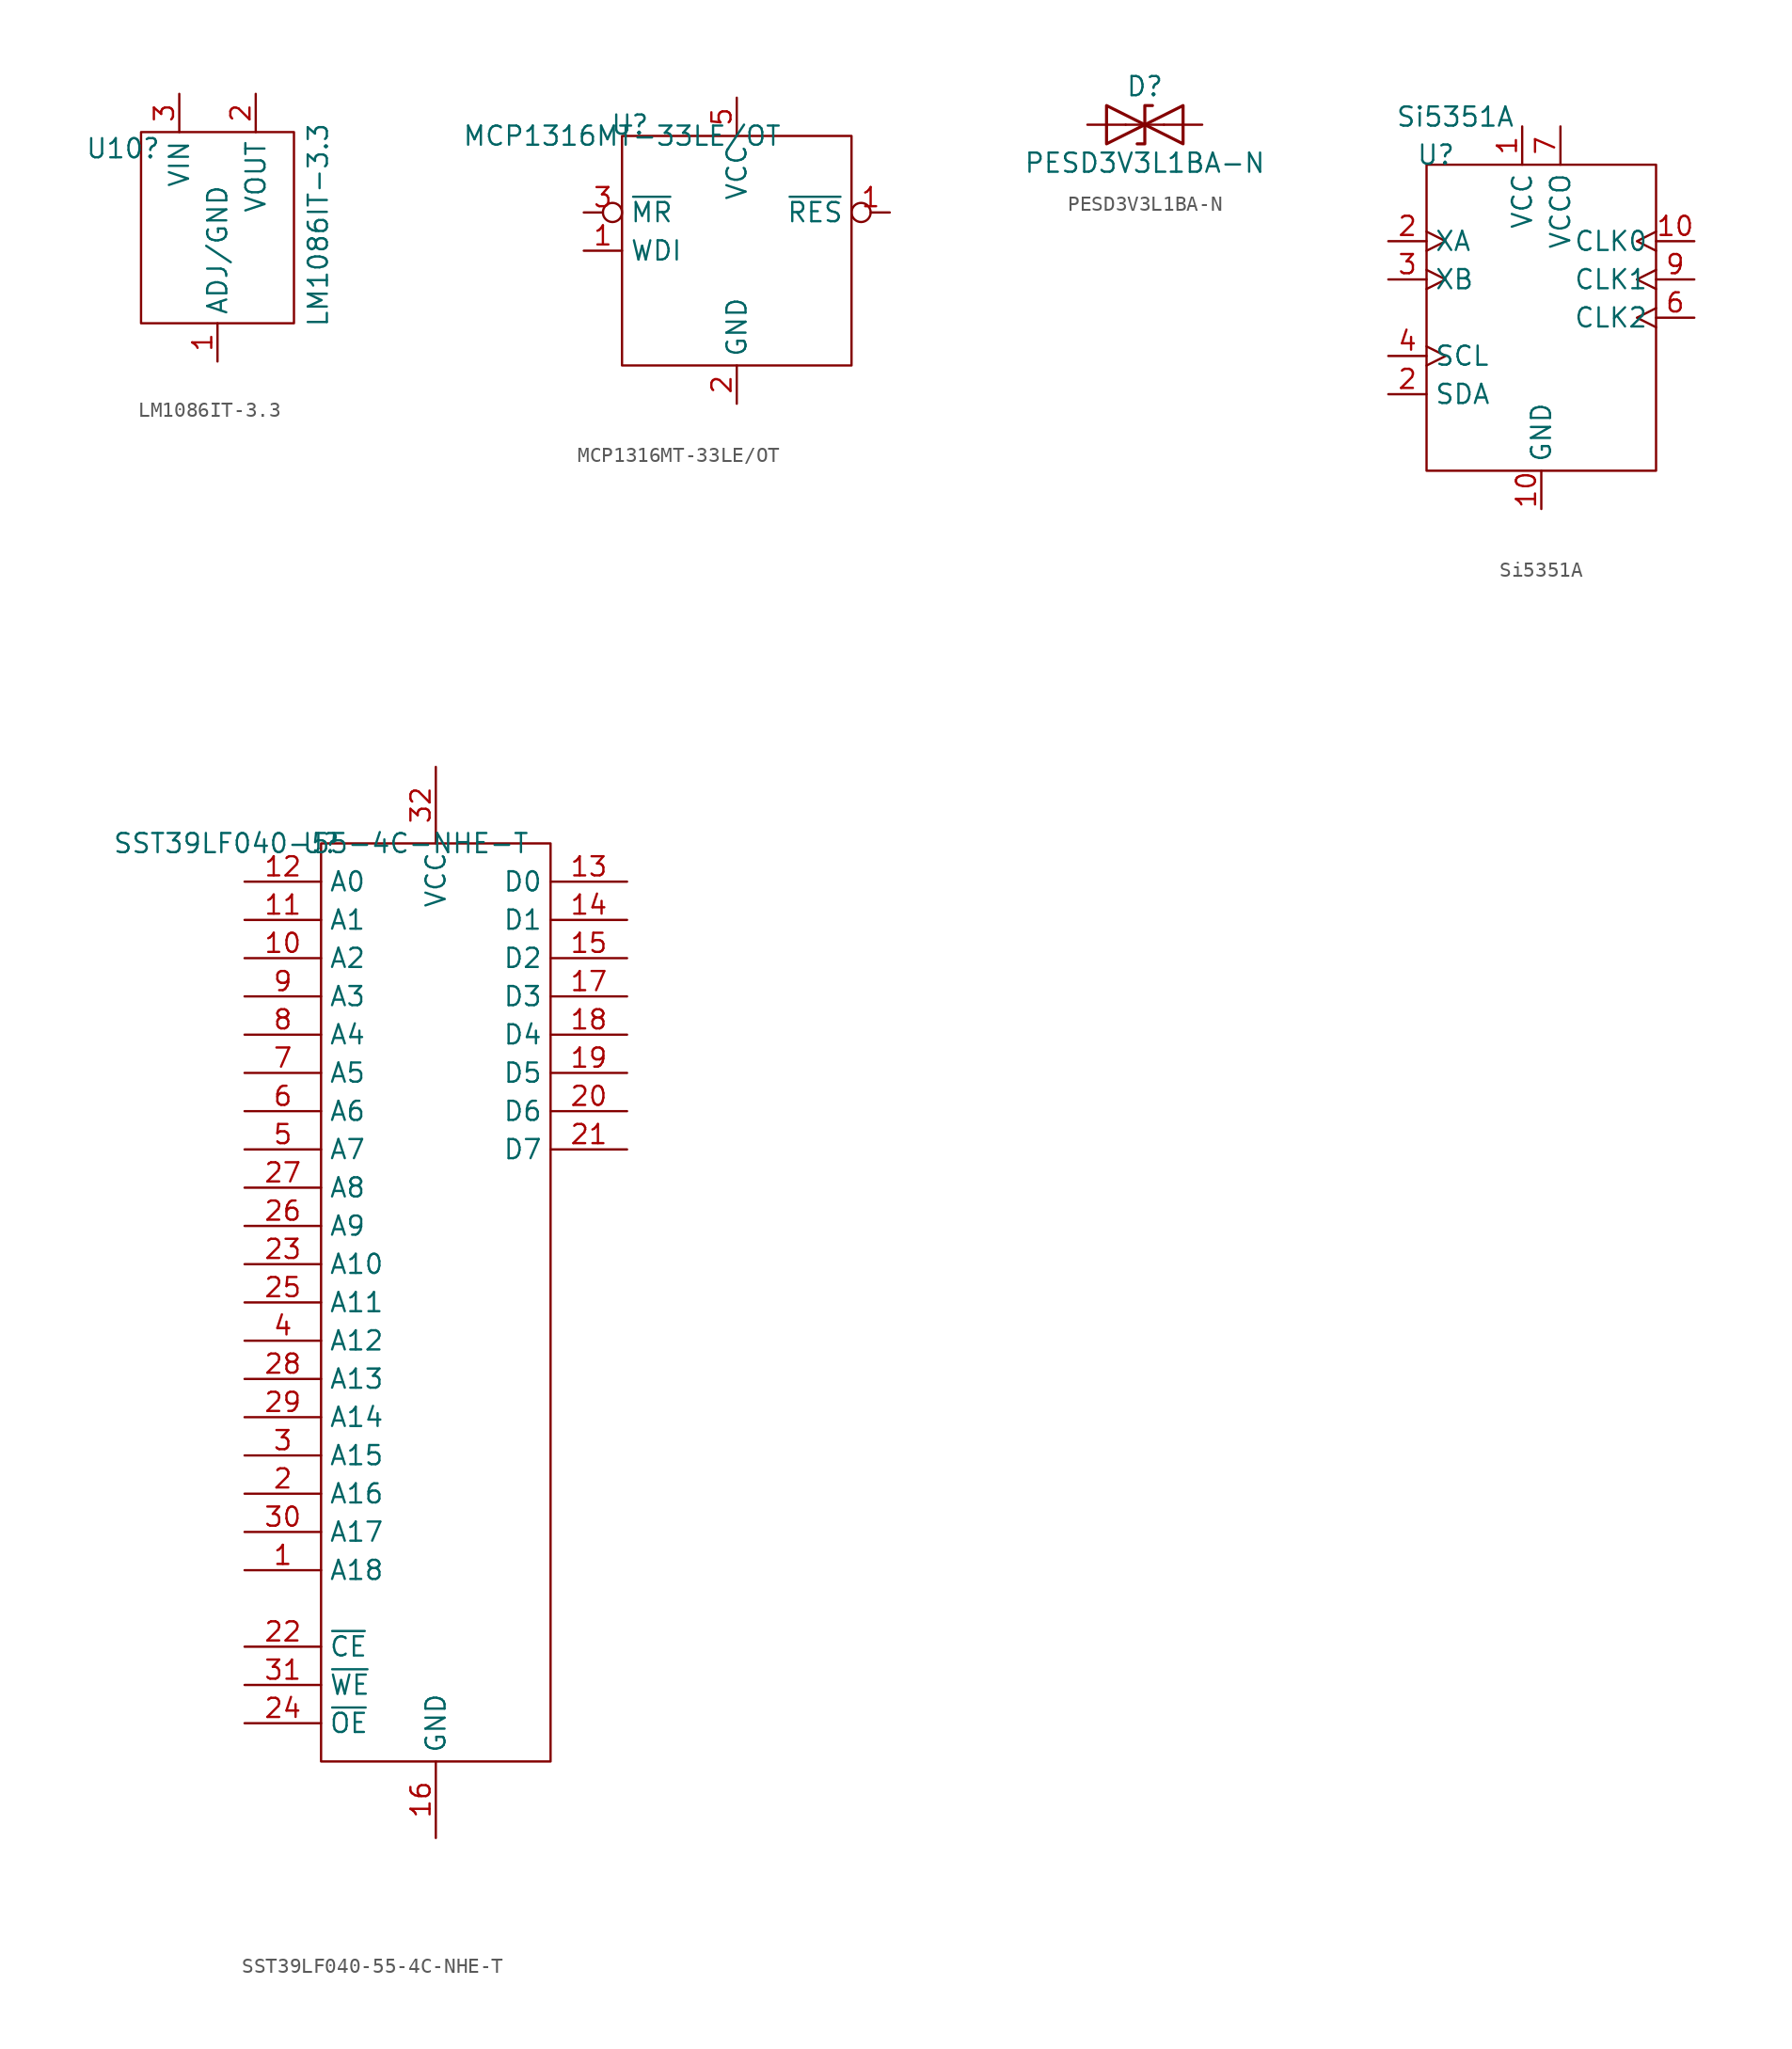
<source format=kicad_sym>
(kicad_symbol_lib
  (version 20220914)
  (generator kicad_symbol_editor)
  (symbol "LM1086IT-3.3"
    (property "Reference" "U10"
      (at -3.716 -1.093 0)
      (effects (font (size 1.27 1.27)) (justify left)))
    (property "Value" "LM1086IT-3.3"
      (at 11.764 -13.017 90)
      (effects (font (size 1.27 1.27)) (justify left)))
    (symbol "LM1086IT-3.3_0_1"
      (rectangle (start 0 0) (end 10.16 -12.7) (stroke (width 0) (type default)) (fill (type none))))
    (symbol "LM1086IT-3.3_1_1"
      (pin power_out line (at 5.08 -15.24 90) (length 2.54) (name "ADJ/GND" (effects (font (size 1.27 1.27)))) (number "1" (effects (font (size 1.27 1.27)))))
      (pin power_out line (at 7.62 2.54 270) (length 2.54) (name "VOUT" (effects (font (size 1.27 1.27)))) (number "2" (effects (font (size 1.27 1.27)))))
      (pin power_in line (at 2.54 2.54 270) (length 2.54) (name "VIN" (effects (font (size 1.27 1.27)))) (number "3" (effects (font (size 1.27 1.27)))))))
  (symbol "MCP1316MT-33LE/OT"
    (property "Reference" "U"
      (at 0.523 0.737 0)
      (effects (font (size 1.27 1.27))))
    (property "Value" "MCP1316MT-33LE/OT"
      (at 0 0 0)
      (effects (font (size 1.27 1.27))))
    (symbol "MCP1316MT-33LE/OT_0_1"
      (rectangle (start 0 0) (end 15.24 -15.24) (stroke (width 0) (type default)) (fill (type none))))
    (symbol "MCP1316MT-33LE/OT_1_1"
      (pin input line (at -2.54 -7.62 0) (length 2.54) (name "WDI" (effects (font (size 1.27 1.27)))) (number "1" (effects (font (size 1.27 1.27)))))
      (pin output inverted (at 17.78 -5.08 180) (length 2.54) (name "~{RES}" (effects (font (size 1.27 1.27)))) (number "1" (effects (font (size 1.27 1.27)))))
      (pin power_in line (at 7.62 -17.78 90) (length 2.54) (name "GND" (effects (font (size 1.27 1.27)))) (number "2" (effects (font (size 1.27 1.27)))))
      (pin input inverted (at -2.54 -5.08 0) (length 2.54) (name "~{MR}" (effects (font (size 1.27 1.27)))) (number "3" (effects (font (size 1.27 1.27)))))
      (pin power_in line (at 7.62 2.54 270) (length 2.54) (name "VCC" (effects (font (size 1.27 1.27)))) (number "5" (effects (font (size 1.27 1.27)))))))
  (symbol "PESD3V3L1BA-N"
    (pin_numbers hide)
    (pin_names
      (offset 1.016) hide)
    (property "Reference" "D"
      (at 0 2.54 0)
      (effects (font (size 1.27 1.27))))
    (property "Value" "PESD3V3L1BA-N"
      (at 0 -2.54 0)
      (effects (font (size 1.27 1.27))))
    (symbol "PESD3V3L1BA-N_0_1"
      (polyline (pts (xy 1.27 0) (xy -1.27 0)) (stroke (width 0) (type default)) (fill (type none)))
      (polyline (pts (xy -2.54 -1.27) (xy 0 0) (xy -2.54 1.27) (xy -2.54 -1.27)) (stroke (width 0.203) (type default)) (fill (type none)))
      (polyline (pts (xy 0.508 1.27) (xy 0 1.27) (xy 0 -1.27) (xy -0.508 -1.27)) (stroke (width 0.203) (type default)) (fill (type none)))
      (polyline (pts (xy 2.54 1.27) (xy 2.54 -1.27) (xy 0 0) (xy 2.54 1.27)) (stroke (width 0.203) (type default)) (fill (type none))))
    (symbol "PESD3V3L1BA-N_1_1"
      (pin passive line (at -3.81 0 0) (length 2.54) (name "A1" (effects (font (size 1.27 1.27)))) (number "1" (effects (font (size 1.27 1.27)))))
      (pin passive line (at 3.81 0 180) (length 2.54) (name "A2" (effects (font (size 1.27 1.27)))) (number "2" (effects (font (size 1.27 1.27)))))))
  (symbol "Si5351A"
    (property "Reference" "U"
      (at 0.621 0.651 0)
      (effects (font (size 1.27 1.27))))
    (property "Value" "Si5351A"
      (at 1.905 3.175 0)
      (effects (font (size 1.27 1.27))))
    (symbol "Si5351A_0_1"
      (rectangle (start 0 0) (end 15.24 -20.32) (stroke (width 0) (type default)) (fill (type none))))
    (symbol "Si5351A_1_1"
      (pin power_in line (at 6.35 2.54 270) (length 2.54) (name "VCC" (effects (font (size 1.27 1.27)))) (number "1" (effects (font (size 1.27 1.27)))))
      (pin output clock (at 17.78 -5.08 180) (length 2.54) (name "CLK0" (effects (font (size 1.27 1.27)))) (number "10" (effects (font (size 1.27 1.27)))))
      (pin power_in line (at 7.62 -22.86 90) (length 2.54) (name "GND" (effects (font (size 1.27 1.27)))) (number "10" (effects (font (size 1.27 1.27)))))
      (pin bidirectional line (at -2.54 -15.24 0) (length 2.54) (name "SDA" (effects (font (size 1.27 1.27)))) (number "2" (effects (font (size 1.27 1.27)))))
      (pin input clock (at -2.54 -5.08 0) (length 2.54) (name "XA" (effects (font (size 1.27 1.27)))) (number "2" (effects (font (size 1.27 1.27)))))
      (pin input clock (at -2.54 -7.62 0) (length 2.54) (name "XB" (effects (font (size 1.27 1.27)))) (number "3" (effects (font (size 1.27 1.27)))))
      (pin input clock (at -2.54 -12.7 0) (length 2.54) (name "SCL" (effects (font (size 1.27 1.27)))) (number "4" (effects (font (size 1.27 1.27)))))
      (pin output clock (at 17.78 -10.16 180) (length 2.54) (name "CLK2" (effects (font (size 1.27 1.27)))) (number "6" (effects (font (size 1.27 1.27)))))
      (pin power_in line (at 8.89 2.54 270) (length 2.54) (name "VCCO" (effects (font (size 1.27 1.27)))) (number "7" (effects (font (size 1.27 1.27)))))
      (pin output clock (at 17.78 -7.62 180) (length 2.54) (name "CLK1" (effects (font (size 1.27 1.27)))) (number "9" (effects (font (size 1.27 1.27)))))))
  (symbol "SST39LF040-55-4C-NHE-T"
    (property "Reference" "U"
      (at 0 0 0)
      (effects (font (size 1.27 1.27))))
    (property "Value" "SST39LF040-55-4C-NHE-T"
      (at 0 0 0)
      (effects (font (size 1.27 1.27))))
    (symbol "SST39LF040-55-4C-NHE-T_0_1"
      (rectangle (start 0 0) (end 15.24 -60.96) (stroke (width 0) (type default)) (fill (type none))))
    (symbol "SST39LF040-55-4C-NHE-T_1_1"
      (pin input line (at -5.08 -48.26 0) (length 5.08) (name "A18" (effects (font (size 1.27 1.27)))) (number "1" (effects (font (size 1.27 1.27)))))
      (pin input line (at -5.08 -7.62 0) (length 5.08) (name "A2" (effects (font (size 1.27 1.27)))) (number "10" (effects (font (size 1.27 1.27)))))
      (pin input line (at -5.08 -5.08 0) (length 5.08) (name "A1" (effects (font (size 1.27 1.27)))) (number "11" (effects (font (size 1.27 1.27)))))
      (pin input line (at -5.08 -2.54 0) (length 5.08) (name "A0" (effects (font (size 1.27 1.27)))) (number "12" (effects (font (size 1.27 1.27)))))
      (pin bidirectional line (at 20.32 -2.54 180) (length 5.08) (name "D0" (effects (font (size 1.27 1.27)))) (number "13" (effects (font (size 1.27 1.27)))))
      (pin bidirectional line (at 20.32 -5.08 180) (length 5.08) (name "D1" (effects (font (size 1.27 1.27)))) (number "14" (effects (font (size 1.27 1.27)))))
      (pin bidirectional line (at 20.32 -7.62 180) (length 5.08) (name "D2" (effects (font (size 1.27 1.27)))) (number "15" (effects (font (size 1.27 1.27)))))
      (pin power_in line (at 7.62 -66.04 90) (length 5.08) (name "GND" (effects (font (size 1.27 1.27)))) (number "16" (effects (font (size 1.27 1.27)))))
      (pin bidirectional line (at 20.32 -10.16 180) (length 5.08) (name "D3" (effects (font (size 1.27 1.27)))) (number "17" (effects (font (size 1.27 1.27)))))
      (pin bidirectional line (at 20.32 -12.7 180) (length 5.08) (name "D4" (effects (font (size 1.27 1.27)))) (number "18" (effects (font (size 1.27 1.27)))))
      (pin bidirectional line (at 20.32 -15.24 180) (length 5.08) (name "D5" (effects (font (size 1.27 1.27)))) (number "19" (effects (font (size 1.27 1.27)))))
      (pin input line (at -5.08 -43.18 0) (length 5.08) (name "A16" (effects (font (size 1.27 1.27)))) (number "2" (effects (font (size 1.27 1.27)))))
      (pin bidirectional line (at 20.32 -17.78 180) (length 5.08) (name "D6" (effects (font (size 1.27 1.27)))) (number "20" (effects (font (size 1.27 1.27)))))
      (pin bidirectional line (at 20.32 -20.32 180) (length 5.08) (name "D7" (effects (font (size 1.27 1.27)))) (number "21" (effects (font (size 1.27 1.27)))))
      (pin input line (at -5.08 -53.34 0) (length 5.08) (name "~{CE}" (effects (font (size 1.27 1.27)))) (number "22" (effects (font (size 1.27 1.27)))))
      (pin input line (at -5.08 -27.94 0) (length 5.08) (name "A10" (effects (font (size 1.27 1.27)))) (number "23" (effects (font (size 1.27 1.27)))))
      (pin input line (at -5.08 -58.42 0) (length 5.08) (name "~{OE}" (effects (font (size 1.27 1.27)))) (number "24" (effects (font (size 1.27 1.27)))))
      (pin input line (at -5.08 -30.48 0) (length 5.08) (name "A11" (effects (font (size 1.27 1.27)))) (number "25" (effects (font (size 1.27 1.27)))))
      (pin input line (at -5.08 -25.4 0) (length 5.08) (name "A9" (effects (font (size 1.27 1.27)))) (number "26" (effects (font (size 1.27 1.27)))))
      (pin input line (at -5.08 -22.86 0) (length 5.08) (name "A8" (effects (font (size 1.27 1.27)))) (number "27" (effects (font (size 1.27 1.27)))))
      (pin input line (at -5.08 -35.56 0) (length 5.08) (name "A13" (effects (font (size 1.27 1.27)))) (number "28" (effects (font (size 1.27 1.27)))))
      (pin input line (at -5.08 -38.1 0) (length 5.08) (name "A14" (effects (font (size 1.27 1.27)))) (number "29" (effects (font (size 1.27 1.27)))))
      (pin input line (at -5.08 -40.64 0) (length 5.08) (name "A15" (effects (font (size 1.27 1.27)))) (number "3" (effects (font (size 1.27 1.27)))))
      (pin input line (at -5.08 -45.72 0) (length 5.08) (name "A17" (effects (font (size 1.27 1.27)))) (number "30" (effects (font (size 1.27 1.27)))))
      (pin input line (at -5.08 -55.88 0) (length 5.08) (name "~{WE}" (effects (font (size 1.27 1.27)))) (number "31" (effects (font (size 1.27 1.27)))))
      (pin power_in line (at 7.62 5.08 270) (length 5.08) (name "VCC" (effects (font (size 1.27 1.27)))) (number "32" (effects (font (size 1.27 1.27)))))
      (pin input line (at -5.08 -33.02 0) (length 5.08) (name "A12" (effects (font (size 1.27 1.27)))) (number "4" (effects (font (size 1.27 1.27)))))
      (pin input line (at -5.08 -20.32 0) (length 5.08) (name "A7" (effects (font (size 1.27 1.27)))) (number "5" (effects (font (size 1.27 1.27)))))
      (pin input line (at -5.08 -17.78 0) (length 5.08) (name "A6" (effects (font (size 1.27 1.27)))) (number "6" (effects (font (size 1.27 1.27)))))
      (pin input line (at -5.08 -15.24 0) (length 5.08) (name "A5" (effects (font (size 1.27 1.27)))) (number "7" (effects (font (size 1.27 1.27)))))
      (pin input line (at -5.08 -12.7 0) (length 5.08) (name "A4" (effects (font (size 1.27 1.27)))) (number "8" (effects (font (size 1.27 1.27)))))
      (pin input line (at -5.08 -10.16 0) (length 5.08) (name "A3" (effects (font (size 1.27 1.27)))) (number "9" (effects (font (size 1.27 1.27))))))))
</source>
